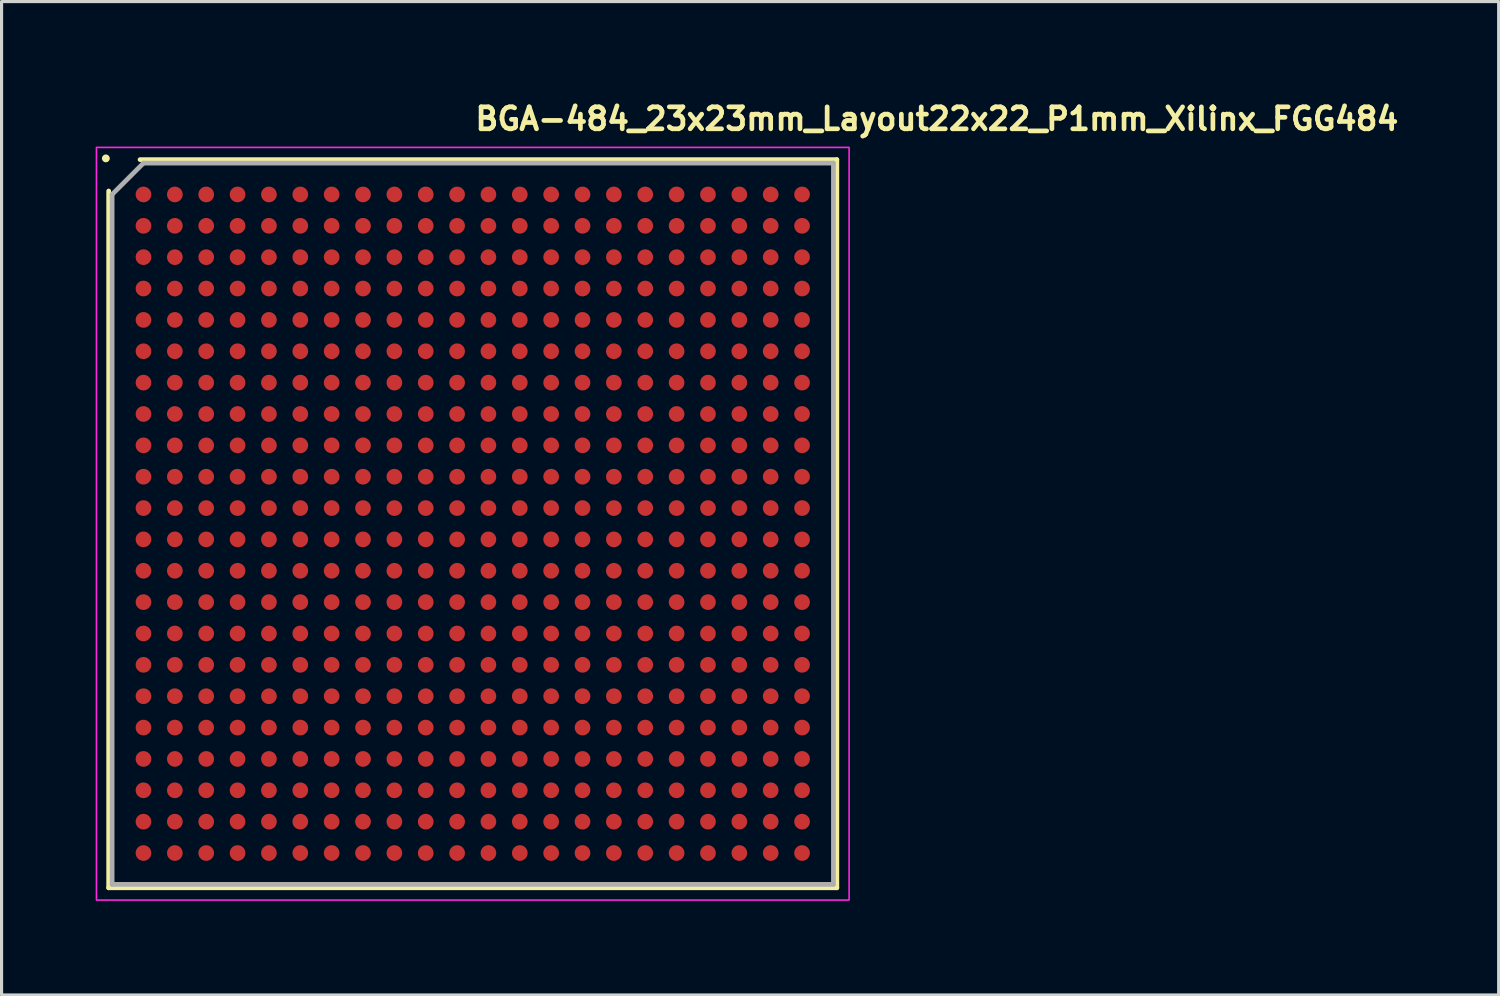
<source format=kicad_pcb>
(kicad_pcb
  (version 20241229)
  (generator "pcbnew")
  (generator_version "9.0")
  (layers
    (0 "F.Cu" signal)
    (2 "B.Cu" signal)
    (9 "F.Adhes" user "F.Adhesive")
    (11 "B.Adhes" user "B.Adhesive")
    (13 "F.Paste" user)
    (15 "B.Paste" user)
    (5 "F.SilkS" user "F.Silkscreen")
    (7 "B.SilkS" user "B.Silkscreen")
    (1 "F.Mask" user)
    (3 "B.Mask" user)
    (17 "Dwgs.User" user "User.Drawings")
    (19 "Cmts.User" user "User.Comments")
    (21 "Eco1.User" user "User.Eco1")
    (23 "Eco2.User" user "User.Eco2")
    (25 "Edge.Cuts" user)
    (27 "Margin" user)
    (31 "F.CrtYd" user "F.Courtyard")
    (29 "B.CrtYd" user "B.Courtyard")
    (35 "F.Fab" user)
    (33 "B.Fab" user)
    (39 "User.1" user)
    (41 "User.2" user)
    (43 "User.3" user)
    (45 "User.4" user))
  (footprint "BGA-484_23x23mm_Layout22x22_P1mm_Xilinx_FGG484"
    (layer "F.Cu")
    (at 12.025 13.65)
    (property "Reference" "BGA-484_23x23mm_Layout22x22_P1mm_Xilinx_FGG484" (at 0 -12.5 0) (layer "F.SilkS") (effects (font (size 0.7 0.7) (thickness 0.15)) (justify left bottom)))
    (attr smd)
    (fp_line (start -11.61 11.608) (end -11.61 -10.61) (stroke (width 0.15) (type solid)) (layer "F.SilkS"))
    (fp_line (start -10.61 -11.61) (end 11.608 -11.61) (stroke (width 0.15) (type solid)) (layer "F.SilkS"))
    (fp_line (start 11.608 -11.61) (end 11.608 11.608) (stroke (width 0.15) (type solid)) (layer "F.SilkS"))
    (fp_line (start 11.608 11.608) (end -11.61 11.608) (stroke (width 0.15) (type solid)) (layer "F.SilkS"))
    (fp_circle (center -11.7 -11.65) (end -11.65 -11.65) (stroke (width 0.15) (type solid)) (fill yes) (layer "F.SilkS"))
    (fp_rect (start -12 -12) (end 11.999 11.999) (stroke (width 0.05) (type solid)) (fill no) (layer "F.CrtYd"))
    (fp_line (start -11.5 -10.5) (end -10.5 -11.5) (stroke (width 0.15) (type solid)) (layer "F.Fab"))
    (fp_line (start -11.5 11.499) (end -11.5 -10.5) (stroke (width 0.15) (type solid)) (layer "F.Fab"))
    (fp_line (start -10.5 -11.5) (end 11.499 -11.5) (stroke (width 0.15) (type solid)) (layer "F.Fab"))
    (fp_line (start 11.499 -11.5) (end 11.499 11.499) (stroke (width 0.15) (type solid)) (layer "F.Fab"))
    (fp_line (start 11.499 11.499) (end -11.5 11.499) (stroke (width 0.15) (type solid)) (layer "F.Fab"))
    (fp_rect (start -11 -11) (end 10.999 10.999) (stroke (width 0.1) (type solid)) (fill no) (layer "User.5"))
    (fp_line (start -11 -10.951) (end -10.951 -11) (stroke (width 0.02) (type solid)) (layer "User.9"))
    (fp_line (start -11 10.749) (end -11 -10.951) (stroke (width 0.02) (type solid)) (layer "User.9"))
    (fp_line (start -10.951 -11) (end 10.749 -11) (stroke (width 0.02) (type solid)) (layer "User.9"))
    (fp_line (start -10.75 10.999) (end -11 10.749) (stroke (width 0.02) (type solid)) (layer "User.9"))
    (fp_line (start -10.25 -9.5) (end -9.894 -9.144) (stroke (width 0.02) (type solid)) (layer "User.9"))
    (fp_line (start -10.25 -9.5) (end -9.5 -10.25) (stroke (width 0.02) (type solid)) (layer "User.9"))
    (fp_line (start -10.25 9.499) (end -10.25 -9.5) (stroke (width 0.02) (type solid)) (layer "User.9"))
    (fp_line (start -10.25 9.499) (end -9.894 9.143) (stroke (width 0.02) (type solid)) (layer "User.9"))
    (fp_line (start -9.894 -9.144) (end -9.144 -9.894) (stroke (width 0.02) (type solid)) (layer "User.9"))
    (fp_line (start -9.894 9.143) (end -9.894 -9.144) (stroke (width 0.02) (type solid)) (layer "User.9"))
    (fp_line (start -9.5 -10.25) (end -9.144 -9.894) (stroke (width 0.02) (type solid)) (layer "User.9"))
    (fp_line (start -9.5 -10.25) (end 9.499 -10.25) (stroke (width 0.02) (type solid)) (layer "User.9"))
    (fp_line (start -9.5 10.249) (end -10.25 9.499) (stroke (width 0.02) (type solid)) (layer "User.9"))
    (fp_line (start -9.5 10.249) (end -9.144 9.893) (stroke (width 0.02) (type solid)) (layer "User.9"))
    (fp_line (start -9.164 -8.785) (end -9.164 -8.764) (stroke (width 0.02) (type solid)) (layer "User.9"))
    (fp_line (start -9.164 -8.764) (end -9.164 -8.764) (stroke (width 0.02) (type solid)) (layer "User.9"))
    (fp_line (start -9.164 -8.764) (end -9.164 -8.744) (stroke (width 0.02) (type solid)) (layer "User.9"))
    (fp_line (start -9.164 -8.744) (end -9.163 -8.724) (stroke (width 0.02) (type solid)) (layer "User.9"))
    (fp_line (start -9.163 -8.805) (end -9.164 -8.785) (stroke (width 0.02) (type solid)) (layer "User.9"))
    (fp_line (start -9.163 -8.724) (end -9.16 -8.703) (stroke (width 0.02) (type solid)) (layer "User.9"))
    (fp_line (start -9.16 -8.826) (end -9.163 -8.805) (stroke (width 0.02) (type solid)) (layer "User.9"))
    (fp_line (start -9.16 -8.703) (end -9.157 -8.685) (stroke (width 0.02) (type solid)) (layer "User.9"))
    (fp_line (start -9.157 -8.846) (end -9.16 -8.826) (stroke (width 0.02) (type solid)) (layer "User.9"))
    (fp_line (start -9.157 -8.685) (end -9.153 -8.664) (stroke (width 0.02) (type solid)) (layer "User.9"))
    (fp_line (start -9.153 -8.865) (end -9.157 -8.846) (stroke (width 0.02) (type solid)) (layer "User.9"))
    (fp_line (start -9.153 -8.664) (end -9.147 -8.645) (stroke (width 0.02) (type solid)) (layer "User.9"))
    (fp_line (start -9.147 -8.884) (end -9.153 -8.865) (stroke (width 0.02) (type solid)) (layer "User.9"))
    (fp_line (start -9.147 -8.645) (end -9.141 -8.628) (stroke (width 0.02) (type solid)) (layer "User.9"))
    (fp_line (start -9.144 -9.894) (end 9.143 -9.894) (stroke (width 0.02) (type solid)) (layer "User.9"))
    (fp_line (start -9.144 9.893) (end -9.894 9.143) (stroke (width 0.02) (type solid)) (layer "User.9"))
    (fp_line (start -9.141 -8.903) (end -9.147 -8.884) (stroke (width 0.02) (type solid)) (layer "User.9"))
    (fp_line (start -9.141 -8.628) (end -9.134 -8.609) (stroke (width 0.02) (type solid)) (layer "User.9"))
    (fp_line (start -9.134 -8.92) (end -9.141 -8.903) (stroke (width 0.02) (type solid)) (layer "User.9"))
    (fp_line (start -9.134 -8.609) (end -9.125 -8.591) (stroke (width 0.02) (type solid)) (layer "User.9"))
    (fp_line (start -9.125 -8.939) (end -9.134 -8.92) (stroke (width 0.02) (type solid)) (layer "User.9"))
    (fp_line (start -9.125 -8.591) (end -9.116 -8.574) (stroke (width 0.02) (type solid)) (layer "User.9"))
    (fp_line (start -9.116 -8.955) (end -9.125 -8.939) (stroke (width 0.02) (type solid)) (layer "User.9"))
    (fp_line (start -9.116 -8.574) (end -9.106 -8.558) (stroke (width 0.02) (type solid)) (layer "User.9"))
    (fp_line (start -9.106 -8.972) (end -9.116 -8.955) (stroke (width 0.02) (type solid)) (layer "User.9"))
    (fp_line (start -9.106 -8.558) (end -9.096 -8.542) (stroke (width 0.02) (type solid)) (layer "User.9"))
    (fp_line (start -9.096 -8.988) (end -9.106 -8.972) (stroke (width 0.02) (type solid)) (layer "User.9"))
    (fp_line (start -9.096 -8.542) (end -9.086 -8.526) (stroke (width 0.02) (type solid)) (layer "User.9"))
    (fp_line (start -9.086 -9.004) (end -9.096 -8.988) (stroke (width 0.02) (type solid)) (layer "User.9"))
    (fp_line (start -9.086 -8.526) (end -9.074 -8.51) (stroke (width 0.02) (type solid)) (layer "User.9"))
    (fp_line (start -9.074 -9.019) (end -9.086 -9.004) (stroke (width 0.02) (type solid)) (layer "User.9"))
    (fp_line (start -9.074 -8.51) (end -9.061 -8.496) (stroke (width 0.02) (type solid)) (layer "User.9"))
    (fp_line (start -9.061 -9.033) (end -9.074 -9.019) (stroke (width 0.02) (type solid)) (layer "User.9"))
    (fp_line (start -9.061 -8.496) (end -9.048 -8.481) (stroke (width 0.02) (type solid)) (layer "User.9"))
    (fp_line (start -9.048 -9.048) (end -9.061 -9.033) (stroke (width 0.02) (type solid)) (layer "User.9"))
    (fp_line (start -9.048 -8.481) (end -9.033 -8.468) (stroke (width 0.02) (type solid)) (layer "User.9"))
    (fp_line (start -9.033 -9.061) (end -9.048 -9.048) (stroke (width 0.02) (type solid)) (layer "User.9"))
    (fp_line (start -9.033 -8.468) (end -9.019 -8.456) (stroke (width 0.02) (type solid)) (layer "User.9"))
    (fp_line (start -9.019 -9.074) (end -9.033 -9.061) (stroke (width 0.02) (type solid)) (layer "User.9"))
    (fp_line (start -9.019 -8.456) (end -9.004 -8.445) (stroke (width 0.02) (type solid)) (layer "User.9"))
    (fp_line (start -9.004 -9.086) (end -9.019 -9.074) (stroke (width 0.02) (type solid)) (layer "User.9"))
    (fp_line (start -9.004 -8.445) (end -8.988 -8.433) (stroke (width 0.02) (type solid)) (layer "User.9"))
    (fp_line (start -8.988 -9.096) (end -9.004 -9.086) (stroke (width 0.02) (type solid)) (layer "User.9"))
    (fp_line (start -8.988 -8.433) (end -8.972 -8.423) (stroke (width 0.02) (type solid)) (layer "User.9"))
    (fp_line (start -8.972 -9.106) (end -8.988 -9.096) (stroke (width 0.02) (type solid)) (layer "User.9"))
    (fp_line (start -8.972 -8.423) (end -8.955 -8.414) (stroke (width 0.02) (type solid)) (layer "User.9"))
    (fp_line (start -8.955 -9.116) (end -8.972 -9.106) (stroke (width 0.02) (type solid)) (layer "User.9"))
    (fp_line (start -8.955 -8.414) (end -8.939 -8.404) (stroke (width 0.02) (type solid)) (layer "User.9"))
    (fp_line (start -8.939 -9.125) (end -8.955 -9.116) (stroke (width 0.02) (type solid)) (layer "User.9"))
    (fp_line (start -8.939 -8.404) (end -8.92 -8.397) (stroke (width 0.02) (type solid)) (layer "User.9"))
    (fp_line (start -8.92 -9.134) (end -8.939 -9.125) (stroke (width 0.02) (type solid)) (layer "User.9"))
    (fp_line (start -8.92 -8.397) (end -8.903 -8.389) (stroke (width 0.02) (type solid)) (layer "User.9"))
    (fp_line (start -8.903 -9.141) (end -8.92 -9.134) (stroke (width 0.02) (type solid)) (layer "User.9"))
    (fp_line (start -8.903 -8.389) (end -8.884 -8.382) (stroke (width 0.02) (type solid)) (layer "User.9"))
    (fp_line (start -8.884 -9.147) (end -8.903 -9.141) (stroke (width 0.02) (type solid)) (layer "User.9"))
    (fp_line (start -8.884 -8.382) (end -8.865 -8.378) (stroke (width 0.02) (type solid)) (layer "User.9"))
    (fp_line (start -8.865 -9.153) (end -8.884 -9.147) (stroke (width 0.02) (type solid)) (layer "User.9"))
    (fp_line (start -8.865 -8.378) (end -8.846 -8.372) (stroke (width 0.02) (type solid)) (layer "User.9"))
    (fp_line (start -8.846 -9.157) (end -8.865 -9.153) (stroke (width 0.02) (type solid)) (layer "User.9"))
    (fp_line (start -8.846 -8.372) (end -8.826 -8.369) (stroke (width 0.02) (type solid)) (layer "User.9"))
    (fp_line (start -8.826 -9.16) (end -8.846 -9.157) (stroke (width 0.02) (type solid)) (layer "User.9"))
    (fp_line (start -8.826 -8.369) (end -8.805 -8.366) (stroke (width 0.02) (type solid)) (layer "User.9"))
    (fp_line (start -8.805 -9.163) (end -8.826 -9.16) (stroke (width 0.02) (type solid)) (layer "User.9"))
    (fp_line (start -8.805 -8.366) (end -8.785 -8.366) (stroke (width 0.02) (type solid)) (layer "User.9"))
    (fp_line (start -8.785 -9.164) (end -8.805 -9.163) (stroke (width 0.02) (type solid)) (layer "User.9"))
    (fp_line (start -8.785 -8.366) (end -8.764 -8.365) (stroke (width 0.02) (type solid)) (layer "User.9"))
    (fp_line (start -8.764 -9.164) (end -8.785 -9.164) (stroke (width 0.02) (type solid)) (layer "User.9"))
    (fp_line (start -8.764 -9.164) (end -8.764 -9.164) (stroke (width 0.02) (type solid)) (layer "User.9"))
    (fp_line (start -8.764 -8.365) (end -8.764 -8.365) (stroke (width 0.02) (type solid)) (layer "User.9"))
    (fp_line (start -8.764 -8.365) (end -8.744 -8.366) (stroke (width 0.02) (type solid)) (layer "User.9"))
    (fp_line (start -8.744 -9.164) (end -8.764 -9.164) (stroke (width 0.02) (type solid)) (layer "User.9"))
    (fp_line (start -8.744 -8.366) (end -8.724 -8.366) (stroke (width 0.02) (type solid)) (layer "User.9"))
    (fp_line (start -8.724 -9.163) (end -8.744 -9.164) (stroke (width 0.02) (type solid)) (layer "User.9"))
    (fp_line (start -8.724 -8.366) (end -8.703 -8.369) (stroke (width 0.02) (type solid)) (layer "User.9"))
    (fp_line (start -8.703 -9.16) (end -8.724 -9.163) (stroke (width 0.02) (type solid)) (layer "User.9"))
    (fp_line (start -8.703 -8.369) (end -8.685 -8.372) (stroke (width 0.02) (type solid)) (layer "User.9"))
    (fp_line (start -8.685 -9.157) (end -8.703 -9.16) (stroke (width 0.02) (type solid)) (layer "User.9"))
    (fp_line (start -8.685 -8.372) (end -8.664 -8.378) (stroke (width 0.02) (type solid)) (layer "User.9"))
    (fp_line (start -8.664 -9.153) (end -8.685 -9.157) (stroke (width 0.02) (type solid)) (layer "User.9"))
    (fp_line (start -8.664 -8.378) (end -8.645 -8.382) (stroke (width 0.02) (type solid)) (layer "User.9"))
    (fp_line (start -8.645 -9.147) (end -8.664 -9.153) (stroke (width 0.02) (type solid)) (layer "User.9"))
    (fp_line (start -8.645 -8.382) (end -8.628 -8.389) (stroke (width 0.02) (type solid)) (layer "User.9"))
    (fp_line (start -8.628 -9.141) (end -8.645 -9.147) (stroke (width 0.02) (type solid)) (layer "User.9"))
    (fp_line (start -8.628 -8.389) (end -8.609 -8.397) (stroke (width 0.02) (type solid)) (layer "User.9"))
    (fp_line (start -8.609 -9.134) (end -8.628 -9.141) (stroke (width 0.02) (type solid)) (layer "User.9"))
    (fp_line (start -8.609 -8.397) (end -8.591 -8.404) (stroke (width 0.02) (type solid)) (layer "User.9"))
    (fp_line (start -8.591 -9.125) (end -8.609 -9.134) (stroke (width 0.02) (type solid)) (layer "User.9"))
    (fp_line (start -8.591 -8.404) (end -8.574 -8.414) (stroke (width 0.02) (type solid)) (layer "User.9"))
    (fp_line (start -8.574 -9.116) (end -8.591 -9.125) (stroke (width 0.02) (type solid)) (layer "User.9"))
    (fp_line (start -8.574 -8.414) (end -8.558 -8.423) (stroke (width 0.02) (type solid)) (layer "User.9"))
    (fp_line (start -8.558 -9.106) (end -8.574 -9.116) (stroke (width 0.02) (type solid)) (layer "User.9"))
    (fp_line (start -8.558 -8.423) (end -8.542 -8.433) (stroke (width 0.02) (type solid)) (layer "User.9"))
    (fp_line (start -8.542 -9.096) (end -8.558 -9.106) (stroke (width 0.02) (type solid)) (layer "User.9"))
    (fp_line (start -8.542 -8.433) (end -8.526 -8.445) (stroke (width 0.02) (type solid)) (layer "User.9"))
    (fp_line (start -8.526 -9.086) (end -8.542 -9.096) (stroke (width 0.02) (type solid)) (layer "User.9"))
    (fp_line (start -8.526 -8.445) (end -8.51 -8.456) (stroke (width 0.02) (type solid)) (layer "User.9"))
    (fp_line (start -8.51 -9.074) (end -8.526 -9.086) (stroke (width 0.02) (type solid)) (layer "User.9"))
    (fp_line (start -8.51 -8.456) (end -8.496 -8.468) (stroke (width 0.02) (type solid)) (layer "User.9"))
    (fp_line (start -8.496 -9.061) (end -8.51 -9.074) (stroke (width 0.02) (type solid)) (layer "User.9"))
    (fp_line (start -8.496 -8.468) (end -8.481 -8.481) (stroke (width 0.02) (type solid)) (layer "User.9"))
    (fp_line (start -8.481 -9.048) (end -8.496 -9.061) (stroke (width 0.02) (type solid)) (layer "User.9"))
    (fp_line (start -8.481 -8.481) (end -8.468 -8.496) (stroke (width 0.02) (type solid)) (layer "User.9"))
    (fp_line (start -8.468 -9.033) (end -8.481 -9.048) (stroke (width 0.02) (type solid)) (layer "User.9"))
    (fp_line (start -8.468 -8.496) (end -8.456 -8.51) (stroke (width 0.02) (type solid)) (layer "User.9"))
    (fp_line (start -8.456 -9.019) (end -8.468 -9.033) (stroke (width 0.02) (type solid)) (layer "User.9"))
    (fp_line (start -8.456 -8.51) (end -8.445 -8.526) (stroke (width 0.02) (type solid)) (layer "User.9"))
    (fp_line (start -8.445 -9.004) (end -8.456 -9.019) (stroke (width 0.02) (type solid)) (layer "User.9"))
    (fp_line (start -8.445 -8.526) (end -8.433 -8.542) (stroke (width 0.02) (type solid)) (layer "User.9"))
    (fp_line (start -8.433 -8.988) (end -8.445 -9.004) (stroke (width 0.02) (type solid)) (layer "User.9"))
    (fp_line (start -8.433 -8.542) (end -8.423 -8.558) (stroke (width 0.02) (type solid)) (layer "User.9"))
    (fp_line (start -8.423 -8.972) (end -8.433 -8.988) (stroke (width 0.02) (type solid)) (layer "User.9"))
    (fp_line (start -8.423 -8.558) (end -8.414 -8.574) (stroke (width 0.02) (type solid)) (layer "User.9"))
    (fp_line (start -8.414 -8.955) (end -8.423 -8.972) (stroke (width 0.02) (type solid)) (layer "User.9"))
    (fp_line (start -8.414 -8.574) (end -8.404 -8.591) (stroke (width 0.02) (type solid)) (layer "User.9"))
    (fp_line (start -8.404 -8.939) (end -8.414 -8.955) (stroke (width 0.02) (type solid)) (layer "User.9"))
    (fp_line (start -8.404 -8.591) (end -8.397 -8.609) (stroke (width 0.02) (type solid)) (layer "User.9"))
    (fp_line (start -8.397 -8.92) (end -8.404 -8.939) (stroke (width 0.02) (type solid)) (layer "User.9"))
    (fp_line (start -8.397 -8.609) (end -8.389 -8.628) (stroke (width 0.02) (type solid)) (layer "User.9"))
    (fp_line (start -8.389 -8.903) (end -8.397 -8.92) (stroke (width 0.02) (type solid)) (layer "User.9"))
    (fp_line (start -8.389 -8.628) (end -8.382 -8.645) (stroke (width 0.02) (type solid)) (layer "User.9"))
    (fp_line (start -8.382 -8.884) (end -8.389 -8.903) (stroke (width 0.02) (type solid)) (layer "User.9"))
    (fp_line (start -8.382 -8.645) (end -8.378 -8.664) (stroke (width 0.02) (type solid)) (layer "User.9"))
    (fp_line (start -8.378 -8.865) (end -8.382 -8.884) (stroke (width 0.02) (type solid)) (layer "User.9"))
    (fp_line (start -8.378 -8.664) (end -8.372 -8.685) (stroke (width 0.02) (type solid)) (layer "User.9"))
    (fp_line (start -8.372 -8.846) (end -8.378 -8.865) (stroke (width 0.02) (type solid)) (layer "User.9"))
    (fp_line (start -8.372 -8.685) (end -8.369 -8.703) (stroke (width 0.02) (type solid)) (layer "User.9"))
    (fp_line (start -8.369 -8.826) (end -8.372 -8.846) (stroke (width 0.02) (type solid)) (layer "User.9"))
    (fp_line (start -8.369 -8.703) (end -8.366 -8.724) (stroke (width 0.02) (type solid)) (layer "User.9"))
    (fp_line (start -8.366 -8.805) (end -8.369 -8.826) (stroke (width 0.02) (type solid)) (layer "User.9"))
    (fp_line (start -8.366 -8.785) (end -8.366 -8.805) (stroke (width 0.02) (type solid)) (layer "User.9"))
    (fp_line (start -8.366 -8.744) (end -8.365 -8.764) (stroke (width 0.02) (type solid)) (layer "User.9"))
    (fp_line (start -8.366 -8.724) (end -8.366 -8.744) (stroke (width 0.02) (type solid)) (layer "User.9"))
    (fp_line (start -8.365 -8.764) (end -8.366 -8.785) (stroke (width 0.02) (type solid)) (layer "User.9"))
    (fp_line (start -8.365 -8.764) (end -8.365 -8.764) (stroke (width 0.02) (type solid)) (layer "User.9"))
    (fp_line (start -8.365 -8.764) (end -8.365 -8.764) (stroke (width 0.02) (type solid)) (layer "User.9"))
    (fp_line (start 9.143 -9.894) (end 9.893 -9.144) (stroke (width 0.02) (type solid)) (layer "User.9"))
    (fp_line (start 9.143 9.893) (end -9.144 9.893) (stroke (width 0.02) (type solid)) (layer "User.9"))
    (fp_line (start 9.499 -10.25) (end 9.143 -9.894) (stroke (width 0.02) (type solid)) (layer "User.9"))
    (fp_line (start 9.499 -10.25) (end 10.249 -9.5) (stroke (width 0.02) (type solid)) (layer "User.9"))
    (fp_line (start 9.499 10.249) (end -9.5 10.249) (stroke (width 0.02) (type solid)) (layer "User.9"))
    (fp_line (start 9.499 10.249) (end 9.143 9.893) (stroke (width 0.02) (type solid)) (layer "User.9"))
    (fp_line (start 9.893 -9.144) (end 9.893 9.143) (stroke (width 0.02) (type solid)) (layer "User.9"))
    (fp_line (start 9.893 9.143) (end 9.143 9.893) (stroke (width 0.02) (type solid)) (layer "User.9"))
    (fp_line (start 10.249 -9.5) (end 9.893 -9.144) (stroke (width 0.02) (type solid)) (layer "User.9"))
    (fp_line (start 10.249 -9.5) (end 10.249 9.499) (stroke (width 0.02) (type solid)) (layer "User.9"))
    (fp_line (start 10.249 9.499) (end 9.499 10.249) (stroke (width 0.02) (type solid)) (layer "User.9"))
    (fp_line (start 10.249 9.499) (end 9.893 9.143) (stroke (width 0.02) (type solid)) (layer "User.9"))
    (fp_line (start 10.749 -11) (end 10.999 -10.75) (stroke (width 0.02) (type solid)) (layer "User.9"))
    (fp_line (start 10.749 10.999) (end -10.75 10.999) (stroke (width 0.02) (type solid)) (layer "User.9"))
    (fp_line (start 10.999 -10.75) (end 10.999 10.749) (stroke (width 0.02) (type solid)) (layer "User.9"))
    (fp_line (start 10.999 10.749) (end 10.749 10.999) (stroke (width 0.02) (type solid)) (layer "User.9"))
    (pad "A1" smd circle (at -10.5 -10.5) (size 0.5 0.5) (layers "F.Cu" "F.Mask" "F.Paste"))
    (pad "A2" smd circle (at -9.5 -10.5) (size 0.5 0.5) (layers "F.Cu" "F.Mask" "F.Paste"))
    (pad "A3" smd circle (at -8.5 -10.5) (size 0.5 0.5) (layers "F.Cu" "F.Mask" "F.Paste"))
    (pad "A4" smd circle (at -7.5 -10.5) (size 0.5 0.5) (layers "F.Cu" "F.Mask" "F.Paste"))
    (pad "A5" smd circle (at -6.5 -10.5) (size 0.5 0.5) (layers "F.Cu" "F.Mask" "F.Paste"))
    (pad "A6" smd circle (at -5.5 -10.5) (size 0.5 0.5) (layers "F.Cu" "F.Mask" "F.Paste"))
    (pad "A7" smd circle (at -4.5 -10.5) (size 0.5 0.5) (layers "F.Cu" "F.Mask" "F.Paste"))
    (pad "A8" smd circle (at -3.5 -10.5) (size 0.5 0.5) (layers "F.Cu" "F.Mask" "F.Paste"))
    (pad "A9" smd circle (at -2.5 -10.5) (size 0.5 0.5) (layers "F.Cu" "F.Mask" "F.Paste"))
    (pad "A10" smd circle (at -1.5 -10.5) (size 0.5 0.5) (layers "F.Cu" "F.Mask" "F.Paste"))
    (pad "A11" smd circle (at -0.5 -10.5) (size 0.5 0.5) (layers "F.Cu" "F.Mask" "F.Paste"))
    (pad "A12" smd circle (at 0.498 -10.5) (size 0.5 0.5) (layers "F.Cu" "F.Mask" "F.Paste"))
    (pad "A13" smd circle (at 1.499 -10.5) (size 0.5 0.5) (layers "F.Cu" "F.Mask" "F.Paste"))
    (pad "A14" smd circle (at 2.499 -10.5) (size 0.5 0.5) (layers "F.Cu" "F.Mask" "F.Paste"))
    (pad "A15" smd circle (at 3.499 -10.5) (size 0.5 0.5) (layers "F.Cu" "F.Mask" "F.Paste"))
    (pad "A16" smd circle (at 4.498 -10.5) (size 0.5 0.5) (layers "F.Cu" "F.Mask" "F.Paste"))
    (pad "A17" smd circle (at 5.499 -10.5) (size 0.5 0.5) (layers "F.Cu" "F.Mask" "F.Paste"))
    (pad "A18" smd circle (at 6.499 -10.5) (size 0.5 0.5) (layers "F.Cu" "F.Mask" "F.Paste"))
    (pad "A19" smd circle (at 7.499 -10.5) (size 0.5 0.5) (layers "F.Cu" "F.Mask" "F.Paste"))
    (pad "A20" smd circle (at 8.499 -10.5) (size 0.5 0.5) (layers "F.Cu" "F.Mask" "F.Paste"))
    (pad "A21" smd circle (at 9.499 -10.5) (size 0.5 0.5) (layers "F.Cu" "F.Mask" "F.Paste"))
    (pad "A22" smd circle (at 10.499 -10.5) (size 0.5 0.5) (layers "F.Cu" "F.Mask" "F.Paste"))
    (pad "AA1" smd circle (at -10.5 9.499) (size 0.5 0.5) (layers "F.Cu" "F.Mask" "F.Paste"))
    (pad "AA2" smd circle (at -9.5 9.499) (size 0.5 0.5) (layers "F.Cu" "F.Mask" "F.Paste"))
    (pad "AA3" smd circle (at -8.5 9.499) (size 0.5 0.5) (layers "F.Cu" "F.Mask" "F.Paste"))
    (pad "AA4" smd circle (at -7.5 9.499) (size 0.5 0.5) (layers "F.Cu" "F.Mask" "F.Paste"))
    (pad "AA5" smd circle (at -6.5 9.499) (size 0.5 0.5) (layers "F.Cu" "F.Mask" "F.Paste"))
    (pad "AA6" smd circle (at -5.5 9.499) (size 0.5 0.5) (layers "F.Cu" "F.Mask" "F.Paste"))
    (pad "AA7" smd circle (at -4.5 9.499) (size 0.5 0.5) (layers "F.Cu" "F.Mask" "F.Paste"))
    (pad "AA8" smd circle (at -3.5 9.499) (size 0.5 0.5) (layers "F.Cu" "F.Mask" "F.Paste"))
    (pad "AA9" smd circle (at -2.5 9.499) (size 0.5 0.5) (layers "F.Cu" "F.Mask" "F.Paste"))
    (pad "AA10" smd circle (at -1.5 9.499) (size 0.5 0.5) (layers "F.Cu" "F.Mask" "F.Paste"))
    (pad "AA11" smd circle (at -0.5 9.499) (size 0.5 0.5) (layers "F.Cu" "F.Mask" "F.Paste"))
    (pad "AA12" smd circle (at 0.498 9.499) (size 0.5 0.5) (layers "F.Cu" "F.Mask" "F.Paste"))
    (pad "AA13" smd circle (at 1.499 9.499) (size 0.5 0.5) (layers "F.Cu" "F.Mask" "F.Paste"))
    (pad "AA14" smd circle (at 2.499 9.499) (size 0.5 0.5) (layers "F.Cu" "F.Mask" "F.Paste"))
    (pad "AA15" smd circle (at 3.499 9.499) (size 0.5 0.5) (layers "F.Cu" "F.Mask" "F.Paste"))
    (pad "AA16" smd circle (at 4.498 9.499) (size 0.5 0.5) (layers "F.Cu" "F.Mask" "F.Paste"))
    (pad "AA17" smd circle (at 5.499 9.499) (size 0.5 0.5) (layers "F.Cu" "F.Mask" "F.Paste"))
    (pad "AA18" smd circle (at 6.499 9.499) (size 0.5 0.5) (layers "F.Cu" "F.Mask" "F.Paste"))
    (pad "AA19" smd circle (at 7.499 9.499) (size 0.5 0.5) (layers "F.Cu" "F.Mask" "F.Paste"))
    (pad "AA20" smd circle (at 8.499 9.499) (size 0.5 0.5) (layers "F.Cu" "F.Mask" "F.Paste"))
    (pad "AA21" smd circle (at 9.499 9.499) (size 0.5 0.5) (layers "F.Cu" "F.Mask" "F.Paste"))
    (pad "AA22" smd circle (at 10.499 9.499) (size 0.5 0.5) (layers "F.Cu" "F.Mask" "F.Paste"))
    (pad "AB1" smd circle (at -10.5 10.499) (size 0.5 0.5) (layers "F.Cu" "F.Mask" "F.Paste"))
    (pad "AB2" smd circle (at -9.5 10.499) (size 0.5 0.5) (layers "F.Cu" "F.Mask" "F.Paste"))
    (pad "AB3" smd circle (at -8.5 10.499) (size 0.5 0.5) (layers "F.Cu" "F.Mask" "F.Paste"))
    (pad "AB4" smd circle (at -7.5 10.499) (size 0.5 0.5) (layers "F.Cu" "F.Mask" "F.Paste"))
    (pad "AB5" smd circle (at -6.5 10.499) (size 0.5 0.5) (layers "F.Cu" "F.Mask" "F.Paste"))
    (pad "AB6" smd circle (at -5.5 10.499) (size 0.5 0.5) (layers "F.Cu" "F.Mask" "F.Paste"))
    (pad "AB7" smd circle (at -4.5 10.499) (size 0.5 0.5) (layers "F.Cu" "F.Mask" "F.Paste"))
    (pad "AB8" smd circle (at -3.5 10.499) (size 0.5 0.5) (layers "F.Cu" "F.Mask" "F.Paste"))
    (pad "AB9" smd circle (at -2.5 10.499) (size 0.5 0.5) (layers "F.Cu" "F.Mask" "F.Paste"))
    (pad "AB10" smd circle (at -1.5 10.499) (size 0.5 0.5) (layers "F.Cu" "F.Mask" "F.Paste"))
    (pad "AB11" smd circle (at -0.5 10.499) (size 0.5 0.5) (layers "F.Cu" "F.Mask" "F.Paste"))
    (pad "AB12" smd circle (at 0.498 10.499) (size 0.5 0.5) (layers "F.Cu" "F.Mask" "F.Paste"))
    (pad "AB13" smd circle (at 1.499 10.499) (size 0.5 0.5) (layers "F.Cu" "F.Mask" "F.Paste"))
    (pad "AB14" smd circle (at 2.499 10.499) (size 0.5 0.5) (layers "F.Cu" "F.Mask" "F.Paste"))
    (pad "AB15" smd circle (at 3.499 10.499) (size 0.5 0.5) (layers "F.Cu" "F.Mask" "F.Paste"))
    (pad "AB16" smd circle (at 4.498 10.499) (size 0.5 0.5) (layers "F.Cu" "F.Mask" "F.Paste"))
    (pad "AB17" smd circle (at 5.499 10.499) (size 0.5 0.5) (layers "F.Cu" "F.Mask" "F.Paste"))
    (pad "AB18" smd circle (at 6.499 10.499) (size 0.5 0.5) (layers "F.Cu" "F.Mask" "F.Paste"))
    (pad "AB19" smd circle (at 7.499 10.499) (size 0.5 0.5) (layers "F.Cu" "F.Mask" "F.Paste"))
    (pad "AB20" smd circle (at 8.499 10.499) (size 0.5 0.5) (layers "F.Cu" "F.Mask" "F.Paste"))
    (pad "AB21" smd circle (at 9.499 10.499) (size 0.5 0.5) (layers "F.Cu" "F.Mask" "F.Paste"))
    (pad "AB22" smd circle (at 10.499 10.499) (size 0.5 0.5) (layers "F.Cu" "F.Mask" "F.Paste"))
    (pad "B1" smd circle (at -10.5 -9.5) (size 0.5 0.5) (layers "F.Cu" "F.Mask" "F.Paste"))
    (pad "B2" smd circle (at -9.5 -9.5) (size 0.5 0.5) (layers "F.Cu" "F.Mask" "F.Paste"))
    (pad "B3" smd circle (at -8.5 -9.5) (size 0.5 0.5) (layers "F.Cu" "F.Mask" "F.Paste"))
    (pad "B4" smd circle (at -7.5 -9.5) (size 0.5 0.5) (layers "F.Cu" "F.Mask" "F.Paste"))
    (pad "B5" smd circle (at -6.5 -9.5) (size 0.5 0.5) (layers "F.Cu" "F.Mask" "F.Paste"))
    (pad "B6" smd circle (at -5.5 -9.5) (size 0.5 0.5) (layers "F.Cu" "F.Mask" "F.Paste"))
    (pad "B7" smd circle (at -4.5 -9.5) (size 0.5 0.5) (layers "F.Cu" "F.Mask" "F.Paste"))
    (pad "B8" smd circle (at -3.5 -9.5) (size 0.5 0.5) (layers "F.Cu" "F.Mask" "F.Paste"))
    (pad "B9" smd circle (at -2.5 -9.5) (size 0.5 0.5) (layers "F.Cu" "F.Mask" "F.Paste"))
    (pad "B10" smd circle (at -1.5 -9.5) (size 0.5 0.5) (layers "F.Cu" "F.Mask" "F.Paste"))
    (pad "B11" smd circle (at -0.5 -9.5) (size 0.5 0.5) (layers "F.Cu" "F.Mask" "F.Paste"))
    (pad "B12" smd circle (at 0.498 -9.5) (size 0.5 0.5) (layers "F.Cu" "F.Mask" "F.Paste"))
    (pad "B13" smd circle (at 1.499 -9.5) (size 0.5 0.5) (layers "F.Cu" "F.Mask" "F.Paste"))
    (pad "B14" smd circle (at 2.499 -9.5) (size 0.5 0.5) (layers "F.Cu" "F.Mask" "F.Paste"))
    (pad "B15" smd circle (at 3.499 -9.5) (size 0.5 0.5) (layers "F.Cu" "F.Mask" "F.Paste"))
    (pad "B16" smd circle (at 4.498 -9.5) (size 0.5 0.5) (layers "F.Cu" "F.Mask" "F.Paste"))
    (pad "B17" smd circle (at 5.499 -9.5) (size 0.5 0.5) (layers "F.Cu" "F.Mask" "F.Paste"))
    (pad "B18" smd circle (at 6.499 -9.5) (size 0.5 0.5) (layers "F.Cu" "F.Mask" "F.Paste"))
    (pad "B19" smd circle (at 7.499 -9.5) (size 0.5 0.5) (layers "F.Cu" "F.Mask" "F.Paste"))
    (pad "B20" smd circle (at 8.499 -9.5) (size 0.5 0.5) (layers "F.Cu" "F.Mask" "F.Paste"))
    (pad "B21" smd circle (at 9.499 -9.5) (size 0.5 0.5) (layers "F.Cu" "F.Mask" "F.Paste"))
    (pad "B22" smd circle (at 10.499 -9.5) (size 0.5 0.5) (layers "F.Cu" "F.Mask" "F.Paste"))
    (pad "C1" smd circle (at -10.5 -8.5) (size 0.5 0.5) (layers "F.Cu" "F.Mask" "F.Paste"))
    (pad "C2" smd circle (at -9.5 -8.5) (size 0.5 0.5) (layers "F.Cu" "F.Mask" "F.Paste"))
    (pad "C3" smd circle (at -8.5 -8.5) (size 0.5 0.5) (layers "F.Cu" "F.Mask" "F.Paste"))
    (pad "C4" smd circle (at -7.5 -8.5) (size 0.5 0.5) (layers "F.Cu" "F.Mask" "F.Paste"))
    (pad "C5" smd circle (at -6.5 -8.5) (size 0.5 0.5) (layers "F.Cu" "F.Mask" "F.Paste"))
    (pad "C6" smd circle (at -5.5 -8.5) (size 0.5 0.5) (layers "F.Cu" "F.Mask" "F.Paste"))
    (pad "C7" smd circle (at -4.5 -8.5) (size 0.5 0.5) (layers "F.Cu" "F.Mask" "F.Paste"))
    (pad "C8" smd circle (at -3.5 -8.5) (size 0.5 0.5) (layers "F.Cu" "F.Mask" "F.Paste"))
    (pad "C9" smd circle (at -2.5 -8.5) (size 0.5 0.5) (layers "F.Cu" "F.Mask" "F.Paste"))
    (pad "C10" smd circle (at -1.5 -8.5) (size 0.5 0.5) (layers "F.Cu" "F.Mask" "F.Paste"))
    (pad "C11" smd circle (at -0.5 -8.5) (size 0.5 0.5) (layers "F.Cu" "F.Mask" "F.Paste"))
    (pad "C12" smd circle (at 0.498 -8.5) (size 0.5 0.5) (layers "F.Cu" "F.Mask" "F.Paste"))
    (pad "C13" smd circle (at 1.499 -8.5) (size 0.5 0.5) (layers "F.Cu" "F.Mask" "F.Paste"))
    (pad "C14" smd circle (at 2.499 -8.5) (size 0.5 0.5) (layers "F.Cu" "F.Mask" "F.Paste"))
    (pad "C15" smd circle (at 3.499 -8.5) (size 0.5 0.5) (layers "F.Cu" "F.Mask" "F.Paste"))
    (pad "C16" smd circle (at 4.498 -8.5) (size 0.5 0.5) (layers "F.Cu" "F.Mask" "F.Paste"))
    (pad "C17" smd circle (at 5.499 -8.5) (size 0.5 0.5) (layers "F.Cu" "F.Mask" "F.Paste"))
    (pad "C18" smd circle (at 6.499 -8.5) (size 0.5 0.5) (layers "F.Cu" "F.Mask" "F.Paste"))
    (pad "C19" smd circle (at 7.499 -8.5) (size 0.5 0.5) (layers "F.Cu" "F.Mask" "F.Paste"))
    (pad "C20" smd circle (at 8.499 -8.5) (size 0.5 0.5) (layers "F.Cu" "F.Mask" "F.Paste"))
    (pad "C21" smd circle (at 9.499 -8.5) (size 0.5 0.5) (layers "F.Cu" "F.Mask" "F.Paste"))
    (pad "C22" smd circle (at 10.499 -8.5) (size 0.5 0.5) (layers "F.Cu" "F.Mask" "F.Paste"))
    (pad "D1" smd circle (at -10.5 -7.5) (size 0.5 0.5) (layers "F.Cu" "F.Mask" "F.Paste"))
    (pad "D2" smd circle (at -9.5 -7.5) (size 0.5 0.5) (layers "F.Cu" "F.Mask" "F.Paste"))
    (pad "D3" smd circle (at -8.5 -7.5) (size 0.5 0.5) (layers "F.Cu" "F.Mask" "F.Paste"))
    (pad "D4" smd circle (at -7.5 -7.5) (size 0.5 0.5) (layers "F.Cu" "F.Mask" "F.Paste"))
    (pad "D5" smd circle (at -6.5 -7.5) (size 0.5 0.5) (layers "F.Cu" "F.Mask" "F.Paste"))
    (pad "D6" smd circle (at -5.5 -7.5) (size 0.5 0.5) (layers "F.Cu" "F.Mask" "F.Paste"))
    (pad "D7" smd circle (at -4.5 -7.5) (size 0.5 0.5) (layers "F.Cu" "F.Mask" "F.Paste"))
    (pad "D8" smd circle (at -3.5 -7.5) (size 0.5 0.5) (layers "F.Cu" "F.Mask" "F.Paste"))
    (pad "D9" smd circle (at -2.5 -7.5) (size 0.5 0.5) (layers "F.Cu" "F.Mask" "F.Paste"))
    (pad "D10" smd circle (at -1.5 -7.5) (size 0.5 0.5) (layers "F.Cu" "F.Mask" "F.Paste"))
    (pad "D11" smd circle (at -0.5 -7.5) (size 0.5 0.5) (layers "F.Cu" "F.Mask" "F.Paste"))
    (pad "D12" smd circle (at 0.498 -7.5) (size 0.5 0.5) (layers "F.Cu" "F.Mask" "F.Paste"))
    (pad "D13" smd circle (at 1.499 -7.5) (size 0.5 0.5) (layers "F.Cu" "F.Mask" "F.Paste"))
    (pad "D14" smd circle (at 2.499 -7.5) (size 0.5 0.5) (layers "F.Cu" "F.Mask" "F.Paste"))
    (pad "D15" smd circle (at 3.499 -7.5) (size 0.5 0.5) (layers "F.Cu" "F.Mask" "F.Paste"))
    (pad "D16" smd circle (at 4.498 -7.5) (size 0.5 0.5) (layers "F.Cu" "F.Mask" "F.Paste"))
    (pad "D17" smd circle (at 5.499 -7.5) (size 0.5 0.5) (layers "F.Cu" "F.Mask" "F.Paste"))
    (pad "D18" smd circle (at 6.499 -7.5) (size 0.5 0.5) (layers "F.Cu" "F.Mask" "F.Paste"))
    (pad "D19" smd circle (at 7.499 -7.5) (size 0.5 0.5) (layers "F.Cu" "F.Mask" "F.Paste"))
    (pad "D20" smd circle (at 8.499 -7.5) (size 0.5 0.5) (layers "F.Cu" "F.Mask" "F.Paste"))
    (pad "D21" smd circle (at 9.499 -7.5) (size 0.5 0.5) (layers "F.Cu" "F.Mask" "F.Paste"))
    (pad "D22" smd circle (at 10.499 -7.5) (size 0.5 0.5) (layers "F.Cu" "F.Mask" "F.Paste"))
    (pad "E1" smd circle (at -10.5 -6.5) (size 0.5 0.5) (layers "F.Cu" "F.Mask" "F.Paste"))
    (pad "E2" smd circle (at -9.5 -6.5) (size 0.5 0.5) (layers "F.Cu" "F.Mask" "F.Paste"))
    (pad "E3" smd circle (at -8.5 -6.5) (size 0.5 0.5) (layers "F.Cu" "F.Mask" "F.Paste"))
    (pad "E4" smd circle (at -7.5 -6.5) (size 0.5 0.5) (layers "F.Cu" "F.Mask" "F.Paste"))
    (pad "E5" smd circle (at -6.5 -6.5) (size 0.5 0.5) (layers "F.Cu" "F.Mask" "F.Paste"))
    (pad "E6" smd circle (at -5.5 -6.5) (size 0.5 0.5) (layers "F.Cu" "F.Mask" "F.Paste"))
    (pad "E7" smd circle (at -4.5 -6.5) (size 0.5 0.5) (layers "F.Cu" "F.Mask" "F.Paste"))
    (pad "E8" smd circle (at -3.5 -6.5) (size 0.5 0.5) (layers "F.Cu" "F.Mask" "F.Paste"))
    (pad "E9" smd circle (at -2.5 -6.5) (size 0.5 0.5) (layers "F.Cu" "F.Mask" "F.Paste"))
    (pad "E10" smd circle (at -1.5 -6.5) (size 0.5 0.5) (layers "F.Cu" "F.Mask" "F.Paste"))
    (pad "E11" smd circle (at -0.5 -6.5) (size 0.5 0.5) (layers "F.Cu" "F.Mask" "F.Paste"))
    (pad "E12" smd circle (at 0.498 -6.5) (size 0.5 0.5) (layers "F.Cu" "F.Mask" "F.Paste"))
    (pad "E13" smd circle (at 1.499 -6.5) (size 0.5 0.5) (layers "F.Cu" "F.Mask" "F.Paste"))
    (pad "E14" smd circle (at 2.499 -6.5) (size 0.5 0.5) (layers "F.Cu" "F.Mask" "F.Paste"))
    (pad "E15" smd circle (at 3.499 -6.5) (size 0.5 0.5) (layers "F.Cu" "F.Mask" "F.Paste"))
    (pad "E16" smd circle (at 4.498 -6.5) (size 0.5 0.5) (layers "F.Cu" "F.Mask" "F.Paste"))
    (pad "E17" smd circle (at 5.499 -6.5) (size 0.5 0.5) (layers "F.Cu" "F.Mask" "F.Paste"))
    (pad "E18" smd circle (at 6.499 -6.5) (size 0.5 0.5) (layers "F.Cu" "F.Mask" "F.Paste"))
    (pad "E19" smd circle (at 7.499 -6.5) (size 0.5 0.5) (layers "F.Cu" "F.Mask" "F.Paste"))
    (pad "E20" smd circle (at 8.499 -6.5) (size 0.5 0.5) (layers "F.Cu" "F.Mask" "F.Paste"))
    (pad "E21" smd circle (at 9.499 -6.5) (size 0.5 0.5) (layers "F.Cu" "F.Mask" "F.Paste"))
    (pad "E22" smd circle (at 10.499 -6.5) (size 0.5 0.5) (layers "F.Cu" "F.Mask" "F.Paste"))
    (pad "F1" smd circle (at -10.5 -5.5) (size 0.5 0.5) (layers "F.Cu" "F.Mask" "F.Paste"))
    (pad "F2" smd circle (at -9.5 -5.5) (size 0.5 0.5) (layers "F.Cu" "F.Mask" "F.Paste"))
    (pad "F3" smd circle (at -8.5 -5.5) (size 0.5 0.5) (layers "F.Cu" "F.Mask" "F.Paste"))
    (pad "F4" smd circle (at -7.5 -5.5) (size 0.5 0.5) (layers "F.Cu" "F.Mask" "F.Paste"))
    (pad "F5" smd circle (at -6.5 -5.5) (size 0.5 0.5) (layers "F.Cu" "F.Mask" "F.Paste"))
    (pad "F6" smd circle (at -5.5 -5.5) (size 0.5 0.5) (layers "F.Cu" "F.Mask" "F.Paste"))
    (pad "F7" smd circle (at -4.5 -5.5) (size 0.5 0.5) (layers "F.Cu" "F.Mask" "F.Paste"))
    (pad "F8" smd circle (at -3.5 -5.5) (size 0.5 0.5) (layers "F.Cu" "F.Mask" "F.Paste"))
    (pad "F9" smd circle (at -2.5 -5.5) (size 0.5 0.5) (layers "F.Cu" "F.Mask" "F.Paste"))
    (pad "F10" smd circle (at -1.5 -5.5) (size 0.5 0.5) (layers "F.Cu" "F.Mask" "F.Paste"))
    (pad "F11" smd circle (at -0.5 -5.5) (size 0.5 0.5) (layers "F.Cu" "F.Mask" "F.Paste"))
    (pad "F12" smd circle (at 0.498 -5.5) (size 0.5 0.5) (layers "F.Cu" "F.Mask" "F.Paste"))
    (pad "F13" smd circle (at 1.499 -5.5) (size 0.5 0.5) (layers "F.Cu" "F.Mask" "F.Paste"))
    (pad "F14" smd circle (at 2.499 -5.5) (size 0.5 0.5) (layers "F.Cu" "F.Mask" "F.Paste"))
    (pad "F15" smd circle (at 3.499 -5.5) (size 0.5 0.5) (layers "F.Cu" "F.Mask" "F.Paste"))
    (pad "F16" smd circle (at 4.498 -5.5) (size 0.5 0.5) (layers "F.Cu" "F.Mask" "F.Paste"))
    (pad "F17" smd circle (at 5.499 -5.5) (size 0.5 0.5) (layers "F.Cu" "F.Mask" "F.Paste"))
    (pad "F18" smd circle (at 6.499 -5.5) (size 0.5 0.5) (layers "F.Cu" "F.Mask" "F.Paste"))
    (pad "F19" smd circle (at 7.499 -5.5) (size 0.5 0.5) (layers "F.Cu" "F.Mask" "F.Paste"))
    (pad "F20" smd circle (at 8.499 -5.5) (size 0.5 0.5) (layers "F.Cu" "F.Mask" "F.Paste"))
    (pad "F21" smd circle (at 9.499 -5.5) (size 0.5 0.5) (layers "F.Cu" "F.Mask" "F.Paste"))
    (pad "F22" smd circle (at 10.499 -5.5) (size 0.5 0.5) (layers "F.Cu" "F.Mask" "F.Paste"))
    (pad "G1" smd circle (at -10.5 -4.5) (size 0.5 0.5) (layers "F.Cu" "F.Mask" "F.Paste"))
    (pad "G2" smd circle (at -9.5 -4.5) (size 0.5 0.5) (layers "F.Cu" "F.Mask" "F.Paste"))
    (pad "G3" smd circle (at -8.5 -4.5) (size 0.5 0.5) (layers "F.Cu" "F.Mask" "F.Paste"))
    (pad "G4" smd circle (at -7.5 -4.5) (size 0.5 0.5) (layers "F.Cu" "F.Mask" "F.Paste"))
    (pad "G5" smd circle (at -6.5 -4.5) (size 0.5 0.5) (layers "F.Cu" "F.Mask" "F.Paste"))
    (pad "G6" smd circle (at -5.5 -4.5) (size 0.5 0.5) (layers "F.Cu" "F.Mask" "F.Paste"))
    (pad "G7" smd circle (at -4.5 -4.5) (size 0.5 0.5) (layers "F.Cu" "F.Mask" "F.Paste"))
    (pad "G8" smd circle (at -3.5 -4.5) (size 0.5 0.5) (layers "F.Cu" "F.Mask" "F.Paste"))
    (pad "G9" smd circle (at -2.5 -4.5) (size 0.5 0.5) (layers "F.Cu" "F.Mask" "F.Paste"))
    (pad "G10" smd circle (at -1.5 -4.5) (size 0.5 0.5) (layers "F.Cu" "F.Mask" "F.Paste"))
    (pad "G11" smd circle (at -0.5 -4.5) (size 0.5 0.5) (layers "F.Cu" "F.Mask" "F.Paste"))
    (pad "G12" smd circle (at 0.498 -4.5) (size 0.5 0.5) (layers "F.Cu" "F.Mask" "F.Paste"))
    (pad "G13" smd circle (at 1.499 -4.5) (size 0.5 0.5) (layers "F.Cu" "F.Mask" "F.Paste"))
    (pad "G14" smd circle (at 2.499 -4.5) (size 0.5 0.5) (layers "F.Cu" "F.Mask" "F.Paste"))
    (pad "G15" smd circle (at 3.499 -4.5) (size 0.5 0.5) (layers "F.Cu" "F.Mask" "F.Paste"))
    (pad "G16" smd circle (at 4.498 -4.5) (size 0.5 0.5) (layers "F.Cu" "F.Mask" "F.Paste"))
    (pad "G17" smd circle (at 5.499 -4.5) (size 0.5 0.5) (layers "F.Cu" "F.Mask" "F.Paste"))
    (pad "G18" smd circle (at 6.499 -4.5) (size 0.5 0.5) (layers "F.Cu" "F.Mask" "F.Paste"))
    (pad "G19" smd circle (at 7.499 -4.5) (size 0.5 0.5) (layers "F.Cu" "F.Mask" "F.Paste"))
    (pad "G20" smd circle (at 8.499 -4.5) (size 0.5 0.5) (layers "F.Cu" "F.Mask" "F.Paste"))
    (pad "G21" smd circle (at 9.499 -4.5) (size 0.5 0.5) (layers "F.Cu" "F.Mask" "F.Paste"))
    (pad "G22" smd circle (at 10.499 -4.5) (size 0.5 0.5) (layers "F.Cu" "F.Mask" "F.Paste"))
    (pad "H1" smd circle (at -10.5 -3.5) (size 0.5 0.5) (layers "F.Cu" "F.Mask" "F.Paste"))
    (pad "H2" smd circle (at -9.5 -3.5) (size 0.5 0.5) (layers "F.Cu" "F.Mask" "F.Paste"))
    (pad "H3" smd circle (at -8.5 -3.5) (size 0.5 0.5) (layers "F.Cu" "F.Mask" "F.Paste"))
    (pad "H4" smd circle (at -7.5 -3.5) (size 0.5 0.5) (layers "F.Cu" "F.Mask" "F.Paste"))
    (pad "H5" smd circle (at -6.5 -3.5) (size 0.5 0.5) (layers "F.Cu" "F.Mask" "F.Paste"))
    (pad "H6" smd circle (at -5.5 -3.5) (size 0.5 0.5) (layers "F.Cu" "F.Mask" "F.Paste"))
    (pad "H7" smd circle (at -4.5 -3.5) (size 0.5 0.5) (layers "F.Cu" "F.Mask" "F.Paste"))
    (pad "H8" smd circle (at -3.5 -3.5) (size 0.5 0.5) (layers "F.Cu" "F.Mask" "F.Paste"))
    (pad "H9" smd circle (at -2.5 -3.5) (size 0.5 0.5) (layers "F.Cu" "F.Mask" "F.Paste"))
    (pad "H10" smd circle (at -1.5 -3.5) (size 0.5 0.5) (layers "F.Cu" "F.Mask" "F.Paste"))
    (pad "H11" smd circle (at -0.5 -3.5) (size 0.5 0.5) (layers "F.Cu" "F.Mask" "F.Paste"))
    (pad "H12" smd circle (at 0.498 -3.5) (size 0.5 0.5) (layers "F.Cu" "F.Mask" "F.Paste"))
    (pad "H13" smd circle (at 1.499 -3.5) (size 0.5 0.5) (layers "F.Cu" "F.Mask" "F.Paste"))
    (pad "H14" smd circle (at 2.499 -3.5) (size 0.5 0.5) (layers "F.Cu" "F.Mask" "F.Paste"))
    (pad "H15" smd circle (at 3.499 -3.5) (size 0.5 0.5) (layers "F.Cu" "F.Mask" "F.Paste"))
    (pad "H16" smd circle (at 4.498 -3.5) (size 0.5 0.5) (layers "F.Cu" "F.Mask" "F.Paste"))
    (pad "H17" smd circle (at 5.499 -3.5) (size 0.5 0.5) (layers "F.Cu" "F.Mask" "F.Paste"))
    (pad "H18" smd circle (at 6.499 -3.5) (size 0.5 0.5) (layers "F.Cu" "F.Mask" "F.Paste"))
    (pad "H19" smd circle (at 7.499 -3.5) (size 0.5 0.5) (layers "F.Cu" "F.Mask" "F.Paste"))
    (pad "H20" smd circle (at 8.499 -3.5) (size 0.5 0.5) (layers "F.Cu" "F.Mask" "F.Paste"))
    (pad "H21" smd circle (at 9.499 -3.5) (size 0.5 0.5) (layers "F.Cu" "F.Mask" "F.Paste"))
    (pad "H22" smd circle (at 10.499 -3.5) (size 0.5 0.5) (layers "F.Cu" "F.Mask" "F.Paste"))
    (pad "J1" smd circle (at -10.5 -2.5) (size 0.5 0.5) (layers "F.Cu" "F.Mask" "F.Paste"))
    (pad "J2" smd circle (at -9.5 -2.5) (size 0.5 0.5) (layers "F.Cu" "F.Mask" "F.Paste"))
    (pad "J3" smd circle (at -8.5 -2.5) (size 0.5 0.5) (layers "F.Cu" "F.Mask" "F.Paste"))
    (pad "J4" smd circle (at -7.5 -2.5) (size 0.5 0.5) (layers "F.Cu" "F.Mask" "F.Paste"))
    (pad "J5" smd circle (at -6.5 -2.5) (size 0.5 0.5) (layers "F.Cu" "F.Mask" "F.Paste"))
    (pad "J6" smd circle (at -5.5 -2.5) (size 0.5 0.5) (layers "F.Cu" "F.Mask" "F.Paste"))
    (pad "J7" smd circle (at -4.5 -2.5) (size 0.5 0.5) (layers "F.Cu" "F.Mask" "F.Paste"))
    (pad "J8" smd circle (at -3.5 -2.5) (size 0.5 0.5) (layers "F.Cu" "F.Mask" "F.Paste"))
    (pad "J9" smd circle (at -2.5 -2.5) (size 0.5 0.5) (layers "F.Cu" "F.Mask" "F.Paste"))
    (pad "J10" smd circle (at -1.5 -2.5) (size 0.5 0.5) (layers "F.Cu" "F.Mask" "F.Paste"))
    (pad "J11" smd circle (at -0.5 -2.5) (size 0.5 0.5) (layers "F.Cu" "F.Mask" "F.Paste"))
    (pad "J12" smd circle (at 0.498 -2.5) (size 0.5 0.5) (layers "F.Cu" "F.Mask" "F.Paste"))
    (pad "J13" smd circle (at 1.499 -2.5) (size 0.5 0.5) (layers "F.Cu" "F.Mask" "F.Paste"))
    (pad "J14" smd circle (at 2.499 -2.5) (size 0.5 0.5) (layers "F.Cu" "F.Mask" "F.Paste"))
    (pad "J15" smd circle (at 3.499 -2.5) (size 0.5 0.5) (layers "F.Cu" "F.Mask" "F.Paste"))
    (pad "J16" smd circle (at 4.498 -2.5) (size 0.5 0.5) (layers "F.Cu" "F.Mask" "F.Paste"))
    (pad "J17" smd circle (at 5.499 -2.5) (size 0.5 0.5) (layers "F.Cu" "F.Mask" "F.Paste"))
    (pad "J18" smd circle (at 6.499 -2.5) (size 0.5 0.5) (layers "F.Cu" "F.Mask" "F.Paste"))
    (pad "J19" smd circle (at 7.499 -2.5) (size 0.5 0.5) (layers "F.Cu" "F.Mask" "F.Paste"))
    (pad "J20" smd circle (at 8.499 -2.5) (size 0.5 0.5) (layers "F.Cu" "F.Mask" "F.Paste"))
    (pad "J21" smd circle (at 9.499 -2.5) (size 0.5 0.5) (layers "F.Cu" "F.Mask" "F.Paste"))
    (pad "J22" smd circle (at 10.499 -2.5) (size 0.5 0.5) (layers "F.Cu" "F.Mask" "F.Paste"))
    (pad "K1" smd circle (at -10.5 -1.5) (size 0.5 0.5) (layers "F.Cu" "F.Mask" "F.Paste"))
    (pad "K2" smd circle (at -9.5 -1.5) (size 0.5 0.5) (layers "F.Cu" "F.Mask" "F.Paste"))
    (pad "K3" smd circle (at -8.5 -1.5) (size 0.5 0.5) (layers "F.Cu" "F.Mask" "F.Paste"))
    (pad "K4" smd circle (at -7.5 -1.5) (size 0.5 0.5) (layers "F.Cu" "F.Mask" "F.Paste"))
    (pad "K5" smd circle (at -6.5 -1.5) (size 0.5 0.5) (layers "F.Cu" "F.Mask" "F.Paste"))
    (pad "K6" smd circle (at -5.5 -1.5) (size 0.5 0.5) (layers "F.Cu" "F.Mask" "F.Paste"))
    (pad "K7" smd circle (at -4.5 -1.5) (size 0.5 0.5) (layers "F.Cu" "F.Mask" "F.Paste"))
    (pad "K8" smd circle (at -3.5 -1.5) (size 0.5 0.5) (layers "F.Cu" "F.Mask" "F.Paste"))
    (pad "K9" smd circle (at -2.5 -1.5) (size 0.5 0.5) (layers "F.Cu" "F.Mask" "F.Paste"))
    (pad "K10" smd circle (at -1.5 -1.5) (size 0.5 0.5) (layers "F.Cu" "F.Mask" "F.Paste"))
    (pad "K11" smd circle (at -0.5 -1.5) (size 0.5 0.5) (layers "F.Cu" "F.Mask" "F.Paste"))
    (pad "K12" smd circle (at 0.498 -1.5) (size 0.5 0.5) (layers "F.Cu" "F.Mask" "F.Paste"))
    (pad "K13" smd circle (at 1.499 -1.5) (size 0.5 0.5) (layers "F.Cu" "F.Mask" "F.Paste"))
    (pad "K14" smd circle (at 2.499 -1.5) (size 0.5 0.5) (layers "F.Cu" "F.Mask" "F.Paste"))
    (pad "K15" smd circle (at 3.499 -1.5) (size 0.5 0.5) (layers "F.Cu" "F.Mask" "F.Paste"))
    (pad "K16" smd circle (at 4.498 -1.5) (size 0.5 0.5) (layers "F.Cu" "F.Mask" "F.Paste"))
    (pad "K17" smd circle (at 5.499 -1.5) (size 0.5 0.5) (layers "F.Cu" "F.Mask" "F.Paste"))
    (pad "K18" smd circle (at 6.499 -1.5) (size 0.5 0.5) (layers "F.Cu" "F.Mask" "F.Paste"))
    (pad "K19" smd circle (at 7.499 -1.5) (size 0.5 0.5) (layers "F.Cu" "F.Mask" "F.Paste"))
    (pad "K20" smd circle (at 8.499 -1.5) (size 0.5 0.5) (layers "F.Cu" "F.Mask" "F.Paste"))
    (pad "K21" smd circle (at 9.499 -1.5) (size 0.5 0.5) (layers "F.Cu" "F.Mask" "F.Paste"))
    (pad "K22" smd circle (at 10.499 -1.5) (size 0.5 0.5) (layers "F.Cu" "F.Mask" "F.Paste"))
    (pad "L1" smd circle (at -10.5 -0.5) (size 0.5 0.5) (layers "F.Cu" "F.Mask" "F.Paste"))
    (pad "L2" smd circle (at -9.5 -0.5) (size 0.5 0.5) (layers "F.Cu" "F.Mask" "F.Paste"))
    (pad "L3" smd circle (at -8.5 -0.5) (size 0.5 0.5) (layers "F.Cu" "F.Mask" "F.Paste"))
    (pad "L4" smd circle (at -7.5 -0.5) (size 0.5 0.5) (layers "F.Cu" "F.Mask" "F.Paste"))
    (pad "L5" smd circle (at -6.5 -0.5) (size 0.5 0.5) (layers "F.Cu" "F.Mask" "F.Paste"))
    (pad "L6" smd circle (at -5.5 -0.5) (size 0.5 0.5) (layers "F.Cu" "F.Mask" "F.Paste"))
    (pad "L7" smd circle (at -4.5 -0.5) (size 0.5 0.5) (layers "F.Cu" "F.Mask" "F.Paste"))
    (pad "L8" smd circle (at -3.5 -0.5) (size 0.5 0.5) (layers "F.Cu" "F.Mask" "F.Paste"))
    (pad "L9" smd circle (at -2.5 -0.5) (size 0.5 0.5) (layers "F.Cu" "F.Mask" "F.Paste"))
    (pad "L10" smd circle (at -1.5 -0.5) (size 0.5 0.5) (layers "F.Cu" "F.Mask" "F.Paste"))
    (pad "L11" smd circle (at -0.5 -0.5) (size 0.5 0.5) (layers "F.Cu" "F.Mask" "F.Paste"))
    (pad "L12" smd circle (at 0.498 -0.5) (size 0.5 0.5) (layers "F.Cu" "F.Mask" "F.Paste"))
    (pad "L13" smd circle (at 1.499 -0.5) (size 0.5 0.5) (layers "F.Cu" "F.Mask" "F.Paste"))
    (pad "L14" smd circle (at 2.499 -0.5) (size 0.5 0.5) (layers "F.Cu" "F.Mask" "F.Paste"))
    (pad "L15" smd circle (at 3.499 -0.5) (size 0.5 0.5) (layers "F.Cu" "F.Mask" "F.Paste"))
    (pad "L16" smd circle (at 4.498 -0.5) (size 0.5 0.5) (layers "F.Cu" "F.Mask" "F.Paste"))
    (pad "L17" smd circle (at 5.499 -0.5) (size 0.5 0.5) (layers "F.Cu" "F.Mask" "F.Paste"))
    (pad "L18" smd circle (at 6.499 -0.5) (size 0.5 0.5) (layers "F.Cu" "F.Mask" "F.Paste"))
    (pad "L19" smd circle (at 7.499 -0.5) (size 0.5 0.5) (layers "F.Cu" "F.Mask" "F.Paste"))
    (pad "L20" smd circle (at 8.499 -0.5) (size 0.5 0.5) (layers "F.Cu" "F.Mask" "F.Paste"))
    (pad "L21" smd circle (at 9.499 -0.5) (size 0.5 0.5) (layers "F.Cu" "F.Mask" "F.Paste"))
    (pad "L22" smd circle (at 10.499 -0.5) (size 0.5 0.5) (layers "F.Cu" "F.Mask" "F.Paste"))
    (pad "M1" smd circle (at -10.5 0.498) (size 0.5 0.5) (layers "F.Cu" "F.Mask" "F.Paste"))
    (pad "M2" smd circle (at -9.5 0.498) (size 0.5 0.5) (layers "F.Cu" "F.Mask" "F.Paste"))
    (pad "M3" smd circle (at -8.5 0.498) (size 0.5 0.5) (layers "F.Cu" "F.Mask" "F.Paste"))
    (pad "M4" smd circle (at -7.5 0.498) (size 0.5 0.5) (layers "F.Cu" "F.Mask" "F.Paste"))
    (pad "M5" smd circle (at -6.5 0.498) (size 0.5 0.5) (layers "F.Cu" "F.Mask" "F.Paste"))
    (pad "M6" smd circle (at -5.5 0.498) (size 0.5 0.5) (layers "F.Cu" "F.Mask" "F.Paste"))
    (pad "M7" smd circle (at -4.5 0.498) (size 0.5 0.5) (layers "F.Cu" "F.Mask" "F.Paste"))
    (pad "M8" smd circle (at -3.5 0.498) (size 0.5 0.5) (layers "F.Cu" "F.Mask" "F.Paste"))
    (pad "M9" smd circle (at -2.5 0.498) (size 0.5 0.5) (layers "F.Cu" "F.Mask" "F.Paste"))
    (pad "M10" smd circle (at -1.5 0.498) (size 0.5 0.5) (layers "F.Cu" "F.Mask" "F.Paste"))
    (pad "M11" smd circle (at -0.5 0.498) (size 0.5 0.5) (layers "F.Cu" "F.Mask" "F.Paste"))
    (pad "M12" smd circle (at 0.498 0.498) (size 0.5 0.5) (layers "F.Cu" "F.Mask" "F.Paste"))
    (pad "M13" smd circle (at 1.499 0.498) (size 0.5 0.5) (layers "F.Cu" "F.Mask" "F.Paste"))
    (pad "M14" smd circle (at 2.499 0.498) (size 0.5 0.5) (layers "F.Cu" "F.Mask" "F.Paste"))
    (pad "M15" smd circle (at 3.499 0.498) (size 0.5 0.5) (layers "F.Cu" "F.Mask" "F.Paste"))
    (pad "M16" smd circle (at 4.498 0.498) (size 0.5 0.5) (layers "F.Cu" "F.Mask" "F.Paste"))
    (pad "M17" smd circle (at 5.499 0.498) (size 0.5 0.5) (layers "F.Cu" "F.Mask" "F.Paste"))
    (pad "M18" smd circle (at 6.499 0.498) (size 0.5 0.5) (layers "F.Cu" "F.Mask" "F.Paste"))
    (pad "M19" smd circle (at 7.499 0.498) (size 0.5 0.5) (layers "F.Cu" "F.Mask" "F.Paste"))
    (pad "M20" smd circle (at 8.499 0.498) (size 0.5 0.5) (layers "F.Cu" "F.Mask" "F.Paste"))
    (pad "M21" smd circle (at 9.499 0.498) (size 0.5 0.5) (layers "F.Cu" "F.Mask" "F.Paste"))
    (pad "M22" smd circle (at 10.499 0.498) (size 0.5 0.5) (layers "F.Cu" "F.Mask" "F.Paste"))
    (pad "N1" smd circle (at -10.5 1.499) (size 0.5 0.5) (layers "F.Cu" "F.Mask" "F.Paste"))
    (pad "N2" smd circle (at -9.5 1.499) (size 0.5 0.5) (layers "F.Cu" "F.Mask" "F.Paste"))
    (pad "N3" smd circle (at -8.5 1.499) (size 0.5 0.5) (layers "F.Cu" "F.Mask" "F.Paste"))
    (pad "N4" smd circle (at -7.5 1.499) (size 0.5 0.5) (layers "F.Cu" "F.Mask" "F.Paste"))
    (pad "N5" smd circle (at -6.5 1.499) (size 0.5 0.5) (layers "F.Cu" "F.Mask" "F.Paste"))
    (pad "N6" smd circle (at -5.5 1.499) (size 0.5 0.5) (layers "F.Cu" "F.Mask" "F.Paste"))
    (pad "N7" smd circle (at -4.5 1.499) (size 0.5 0.5) (layers "F.Cu" "F.Mask" "F.Paste"))
    (pad "N8" smd circle (at -3.5 1.499) (size 0.5 0.5) (layers "F.Cu" "F.Mask" "F.Paste"))
    (pad "N9" smd circle (at -2.5 1.499) (size 0.5 0.5) (layers "F.Cu" "F.Mask" "F.Paste"))
    (pad "N10" smd circle (at -1.5 1.499) (size 0.5 0.5) (layers "F.Cu" "F.Mask" "F.Paste"))
    (pad "N11" smd circle (at -0.5 1.499) (size 0.5 0.5) (layers "F.Cu" "F.Mask" "F.Paste"))
    (pad "N12" smd circle (at 0.498 1.499) (size 0.5 0.5) (layers "F.Cu" "F.Mask" "F.Paste"))
    (pad "N13" smd circle (at 1.499 1.499) (size 0.5 0.5) (layers "F.Cu" "F.Mask" "F.Paste"))
    (pad "N14" smd circle (at 2.499 1.499) (size 0.5 0.5) (layers "F.Cu" "F.Mask" "F.Paste"))
    (pad "N15" smd circle (at 3.499 1.499) (size 0.5 0.5) (layers "F.Cu" "F.Mask" "F.Paste"))
    (pad "N16" smd circle (at 4.498 1.499) (size 0.5 0.5) (layers "F.Cu" "F.Mask" "F.Paste"))
    (pad "N17" smd circle (at 5.499 1.499) (size 0.5 0.5) (layers "F.Cu" "F.Mask" "F.Paste"))
    (pad "N18" smd circle (at 6.499 1.499) (size 0.5 0.5) (layers "F.Cu" "F.Mask" "F.Paste"))
    (pad "N19" smd circle (at 7.499 1.499) (size 0.5 0.5) (layers "F.Cu" "F.Mask" "F.Paste"))
    (pad "N20" smd circle (at 8.499 1.499) (size 0.5 0.5) (layers "F.Cu" "F.Mask" "F.Paste"))
    (pad "N21" smd circle (at 9.499 1.499) (size 0.5 0.5) (layers "F.Cu" "F.Mask" "F.Paste"))
    (pad "N22" smd circle (at 10.499 1.499) (size 0.5 0.5) (layers "F.Cu" "F.Mask" "F.Paste"))
    (pad "P1" smd circle (at -10.5 2.499) (size 0.5 0.5) (layers "F.Cu" "F.Mask" "F.Paste"))
    (pad "P2" smd circle (at -9.5 2.499) (size 0.5 0.5) (layers "F.Cu" "F.Mask" "F.Paste"))
    (pad "P3" smd circle (at -8.5 2.499) (size 0.5 0.5) (layers "F.Cu" "F.Mask" "F.Paste"))
    (pad "P4" smd circle (at -7.5 2.499) (size 0.5 0.5) (layers "F.Cu" "F.Mask" "F.Paste"))
    (pad "P5" smd circle (at -6.5 2.499) (size 0.5 0.5) (layers "F.Cu" "F.Mask" "F.Paste"))
    (pad "P6" smd circle (at -5.5 2.499) (size 0.5 0.5) (layers "F.Cu" "F.Mask" "F.Paste"))
    (pad "P7" smd circle (at -4.5 2.499) (size 0.5 0.5) (layers "F.Cu" "F.Mask" "F.Paste"))
    (pad "P8" smd circle (at -3.5 2.499) (size 0.5 0.5) (layers "F.Cu" "F.Mask" "F.Paste"))
    (pad "P9" smd circle (at -2.5 2.499) (size 0.5 0.5) (layers "F.Cu" "F.Mask" "F.Paste"))
    (pad "P10" smd circle (at -1.5 2.499) (size 0.5 0.5) (layers "F.Cu" "F.Mask" "F.Paste"))
    (pad "P11" smd circle (at -0.5 2.499) (size 0.5 0.5) (layers "F.Cu" "F.Mask" "F.Paste"))
    (pad "P12" smd circle (at 0.498 2.499) (size 0.5 0.5) (layers "F.Cu" "F.Mask" "F.Paste"))
    (pad "P13" smd circle (at 1.499 2.499) (size 0.5 0.5) (layers "F.Cu" "F.Mask" "F.Paste"))
    (pad "P14" smd circle (at 2.499 2.499) (size 0.5 0.5) (layers "F.Cu" "F.Mask" "F.Paste"))
    (pad "P15" smd circle (at 3.499 2.499) (size 0.5 0.5) (layers "F.Cu" "F.Mask" "F.Paste"))
    (pad "P16" smd circle (at 4.498 2.499) (size 0.5 0.5) (layers "F.Cu" "F.Mask" "F.Paste"))
    (pad "P17" smd circle (at 5.499 2.499) (size 0.5 0.5) (layers "F.Cu" "F.Mask" "F.Paste"))
    (pad "P18" smd circle (at 6.499 2.499) (size 0.5 0.5) (layers "F.Cu" "F.Mask" "F.Paste"))
    (pad "P19" smd circle (at 7.499 2.499) (size 0.5 0.5) (layers "F.Cu" "F.Mask" "F.Paste"))
    (pad "P20" smd circle (at 8.499 2.499) (size 0.5 0.5) (layers "F.Cu" "F.Mask" "F.Paste"))
    (pad "P21" smd circle (at 9.499 2.499) (size 0.5 0.5) (layers "F.Cu" "F.Mask" "F.Paste"))
    (pad "P22" smd circle (at 10.499 2.499) (size 0.5 0.5) (layers "F.Cu" "F.Mask" "F.Paste"))
    (pad "R1" smd circle (at -10.5 3.499) (size 0.5 0.5) (layers "F.Cu" "F.Mask" "F.Paste"))
    (pad "R2" smd circle (at -9.5 3.499) (size 0.5 0.5) (layers "F.Cu" "F.Mask" "F.Paste"))
    (pad "R3" smd circle (at -8.5 3.499) (size 0.5 0.5) (layers "F.Cu" "F.Mask" "F.Paste"))
    (pad "R4" smd circle (at -7.5 3.499) (size 0.5 0.5) (layers "F.Cu" "F.Mask" "F.Paste"))
    (pad "R5" smd circle (at -6.5 3.499) (size 0.5 0.5) (layers "F.Cu" "F.Mask" "F.Paste"))
    (pad "R6" smd circle (at -5.5 3.499) (size 0.5 0.5) (layers "F.Cu" "F.Mask" "F.Paste"))
    (pad "R7" smd circle (at -4.5 3.499) (size 0.5 0.5) (layers "F.Cu" "F.Mask" "F.Paste"))
    (pad "R8" smd circle (at -3.5 3.499) (size 0.5 0.5) (layers "F.Cu" "F.Mask" "F.Paste"))
    (pad "R9" smd circle (at -2.5 3.499) (size 0.5 0.5) (layers "F.Cu" "F.Mask" "F.Paste"))
    (pad "R10" smd circle (at -1.5 3.499) (size 0.5 0.5) (layers "F.Cu" "F.Mask" "F.Paste"))
    (pad "R11" smd circle (at -0.5 3.499) (size 0.5 0.5) (layers "F.Cu" "F.Mask" "F.Paste"))
    (pad "R12" smd circle (at 0.498 3.499) (size 0.5 0.5) (layers "F.Cu" "F.Mask" "F.Paste"))
    (pad "R13" smd circle (at 1.499 3.499) (size 0.5 0.5) (layers "F.Cu" "F.Mask" "F.Paste"))
    (pad "R14" smd circle (at 2.499 3.499) (size 0.5 0.5) (layers "F.Cu" "F.Mask" "F.Paste"))
    (pad "R15" smd circle (at 3.499 3.499) (size 0.5 0.5) (layers "F.Cu" "F.Mask" "F.Paste"))
    (pad "R16" smd circle (at 4.498 3.499) (size 0.5 0.5) (layers "F.Cu" "F.Mask" "F.Paste"))
    (pad "R17" smd circle (at 5.499 3.499) (size 0.5 0.5) (layers "F.Cu" "F.Mask" "F.Paste"))
    (pad "R18" smd circle (at 6.499 3.499) (size 0.5 0.5) (layers "F.Cu" "F.Mask" "F.Paste"))
    (pad "R19" smd circle (at 7.499 3.499) (size 0.5 0.5) (layers "F.Cu" "F.Mask" "F.Paste"))
    (pad "R20" smd circle (at 8.499 3.499) (size 0.5 0.5) (layers "F.Cu" "F.Mask" "F.Paste"))
    (pad "R21" smd circle (at 9.499 3.499) (size 0.5 0.5) (layers "F.Cu" "F.Mask" "F.Paste"))
    (pad "R22" smd circle (at 10.499 3.499) (size 0.5 0.5) (layers "F.Cu" "F.Mask" "F.Paste"))
    (pad "T1" smd circle (at -10.5 4.498) (size 0.5 0.5) (layers "F.Cu" "F.Mask" "F.Paste"))
    (pad "T2" smd circle (at -9.5 4.498) (size 0.5 0.5) (layers "F.Cu" "F.Mask" "F.Paste"))
    (pad "T3" smd circle (at -8.5 4.498) (size 0.5 0.5) (layers "F.Cu" "F.Mask" "F.Paste"))
    (pad "T4" smd circle (at -7.5 4.498) (size 0.5 0.5) (layers "F.Cu" "F.Mask" "F.Paste"))
    (pad "T5" smd circle (at -6.5 4.498) (size 0.5 0.5) (layers "F.Cu" "F.Mask" "F.Paste"))
    (pad "T6" smd circle (at -5.5 4.498) (size 0.5 0.5) (layers "F.Cu" "F.Mask" "F.Paste"))
    (pad "T7" smd circle (at -4.5 4.498) (size 0.5 0.5) (layers "F.Cu" "F.Mask" "F.Paste"))
    (pad "T8" smd circle (at -3.5 4.498) (size 0.5 0.5) (layers "F.Cu" "F.Mask" "F.Paste"))
    (pad "T9" smd circle (at -2.5 4.498) (size 0.5 0.5) (layers "F.Cu" "F.Mask" "F.Paste"))
    (pad "T10" smd circle (at -1.5 4.498) (size 0.5 0.5) (layers "F.Cu" "F.Mask" "F.Paste"))
    (pad "T11" smd circle (at -0.5 4.498) (size 0.5 0.5) (layers "F.Cu" "F.Mask" "F.Paste"))
    (pad "T12" smd circle (at 0.498 4.498) (size 0.5 0.5) (layers "F.Cu" "F.Mask" "F.Paste"))
    (pad "T13" smd circle (at 1.499 4.498) (size 0.5 0.5) (layers "F.Cu" "F.Mask" "F.Paste"))
    (pad "T14" smd circle (at 2.499 4.498) (size 0.5 0.5) (layers "F.Cu" "F.Mask" "F.Paste"))
    (pad "T15" smd circle (at 3.499 4.498) (size 0.5 0.5) (layers "F.Cu" "F.Mask" "F.Paste"))
    (pad "T16" smd circle (at 4.498 4.498) (size 0.5 0.5) (layers "F.Cu" "F.Mask" "F.Paste"))
    (pad "T17" smd circle (at 5.499 4.498) (size 0.5 0.5) (layers "F.Cu" "F.Mask" "F.Paste"))
    (pad "T18" smd circle (at 6.499 4.498) (size 0.5 0.5) (layers "F.Cu" "F.Mask" "F.Paste"))
    (pad "T19" smd circle (at 7.499 4.498) (size 0.5 0.5) (layers "F.Cu" "F.Mask" "F.Paste"))
    (pad "T20" smd circle (at 8.499 4.498) (size 0.5 0.5) (layers "F.Cu" "F.Mask" "F.Paste"))
    (pad "T21" smd circle (at 9.499 4.498) (size 0.5 0.5) (layers "F.Cu" "F.Mask" "F.Paste"))
    (pad "T22" smd circle (at 10.499 4.498) (size 0.5 0.5) (layers "F.Cu" "F.Mask" "F.Paste"))
    (pad "U1" smd circle (at -10.5 5.499) (size 0.5 0.5) (layers "F.Cu" "F.Mask" "F.Paste"))
    (pad "U2" smd circle (at -9.5 5.499) (size 0.5 0.5) (layers "F.Cu" "F.Mask" "F.Paste"))
    (pad "U3" smd circle (at -8.5 5.499) (size 0.5 0.5) (layers "F.Cu" "F.Mask" "F.Paste"))
    (pad "U4" smd circle (at -7.5 5.499) (size 0.5 0.5) (layers "F.Cu" "F.Mask" "F.Paste"))
    (pad "U5" smd circle (at -6.5 5.499) (size 0.5 0.5) (layers "F.Cu" "F.Mask" "F.Paste"))
    (pad "U6" smd circle (at -5.5 5.499) (size 0.5 0.5) (layers "F.Cu" "F.Mask" "F.Paste"))
    (pad "U7" smd circle (at -4.5 5.499) (size 0.5 0.5) (layers "F.Cu" "F.Mask" "F.Paste"))
    (pad "U8" smd circle (at -3.5 5.499) (size 0.5 0.5) (layers "F.Cu" "F.Mask" "F.Paste"))
    (pad "U9" smd circle (at -2.5 5.499) (size 0.5 0.5) (layers "F.Cu" "F.Mask" "F.Paste"))
    (pad "U10" smd circle (at -1.5 5.499) (size 0.5 0.5) (layers "F.Cu" "F.Mask" "F.Paste"))
    (pad "U11" smd circle (at -0.5 5.499) (size 0.5 0.5) (layers "F.Cu" "F.Mask" "F.Paste"))
    (pad "U12" smd circle (at 0.498 5.499) (size 0.5 0.5) (layers "F.Cu" "F.Mask" "F.Paste"))
    (pad "U13" smd circle (at 1.499 5.499) (size 0.5 0.5) (layers "F.Cu" "F.Mask" "F.Paste"))
    (pad "U14" smd circle (at 2.499 5.499) (size 0.5 0.5) (layers "F.Cu" "F.Mask" "F.Paste"))
    (pad "U15" smd circle (at 3.499 5.499) (size 0.5 0.5) (layers "F.Cu" "F.Mask" "F.Paste"))
    (pad "U16" smd circle (at 4.498 5.499) (size 0.5 0.5) (layers "F.Cu" "F.Mask" "F.Paste"))
    (pad "U17" smd circle (at 5.499 5.499) (size 0.5 0.5) (layers "F.Cu" "F.Mask" "F.Paste"))
    (pad "U18" smd circle (at 6.499 5.499) (size 0.5 0.5) (layers "F.Cu" "F.Mask" "F.Paste"))
    (pad "U19" smd circle (at 7.499 5.499) (size 0.5 0.5) (layers "F.Cu" "F.Mask" "F.Paste"))
    (pad "U20" smd circle (at 8.499 5.499) (size 0.5 0.5) (layers "F.Cu" "F.Mask" "F.Paste"))
    (pad "U21" smd circle (at 9.499 5.499) (size 0.5 0.5) (layers "F.Cu" "F.Mask" "F.Paste"))
    (pad "U22" smd circle (at 10.499 5.499) (size 0.5 0.5) (layers "F.Cu" "F.Mask" "F.Paste"))
    (pad "V1" smd circle (at -10.5 6.499) (size 0.5 0.5) (layers "F.Cu" "F.Mask" "F.Paste"))
    (pad "V2" smd circle (at -9.5 6.499) (size 0.5 0.5) (layers "F.Cu" "F.Mask" "F.Paste"))
    (pad "V3" smd circle (at -8.5 6.499) (size 0.5 0.5) (layers "F.Cu" "F.Mask" "F.Paste"))
    (pad "V4" smd circle (at -7.5 6.499) (size 0.5 0.5) (layers "F.Cu" "F.Mask" "F.Paste"))
    (pad "V5" smd circle (at -6.5 6.499) (size 0.5 0.5) (layers "F.Cu" "F.Mask" "F.Paste"))
    (pad "V6" smd circle (at -5.5 6.499) (size 0.5 0.5) (layers "F.Cu" "F.Mask" "F.Paste"))
    (pad "V7" smd circle (at -4.5 6.499) (size 0.5 0.5) (layers "F.Cu" "F.Mask" "F.Paste"))
    (pad "V8" smd circle (at -3.5 6.499) (size 0.5 0.5) (layers "F.Cu" "F.Mask" "F.Paste"))
    (pad "V9" smd circle (at -2.5 6.499) (size 0.5 0.5) (layers "F.Cu" "F.Mask" "F.Paste"))
    (pad "V10" smd circle (at -1.5 6.499) (size 0.5 0.5) (layers "F.Cu" "F.Mask" "F.Paste"))
    (pad "V11" smd circle (at -0.5 6.499) (size 0.5 0.5) (layers "F.Cu" "F.Mask" "F.Paste"))
    (pad "V12" smd circle (at 0.498 6.499) (size 0.5 0.5) (layers "F.Cu" "F.Mask" "F.Paste"))
    (pad "V13" smd circle (at 1.499 6.499) (size 0.5 0.5) (layers "F.Cu" "F.Mask" "F.Paste"))
    (pad "V14" smd circle (at 2.499 6.499) (size 0.5 0.5) (layers "F.Cu" "F.Mask" "F.Paste"))
    (pad "V15" smd circle (at 3.499 6.499) (size 0.5 0.5) (layers "F.Cu" "F.Mask" "F.Paste"))
    (pad "V16" smd circle (at 4.498 6.499) (size 0.5 0.5) (layers "F.Cu" "F.Mask" "F.Paste"))
    (pad "V17" smd circle (at 5.499 6.499) (size 0.5 0.5) (layers "F.Cu" "F.Mask" "F.Paste"))
    (pad "V18" smd circle (at 6.499 6.499) (size 0.5 0.5) (layers "F.Cu" "F.Mask" "F.Paste"))
    (pad "V19" smd circle (at 7.499 6.499) (size 0.5 0.5) (layers "F.Cu" "F.Mask" "F.Paste"))
    (pad "V20" smd circle (at 8.499 6.499) (size 0.5 0.5) (layers "F.Cu" "F.Mask" "F.Paste"))
    (pad "V21" smd circle (at 9.499 6.499) (size 0.5 0.5) (layers "F.Cu" "F.Mask" "F.Paste"))
    (pad "V22" smd circle (at 10.499 6.499) (size 0.5 0.5) (layers "F.Cu" "F.Mask" "F.Paste"))
    (pad "W1" smd circle (at -10.5 7.499) (size 0.5 0.5) (layers "F.Cu" "F.Mask" "F.Paste"))
    (pad "W2" smd circle (at -9.5 7.499) (size 0.5 0.5) (layers "F.Cu" "F.Mask" "F.Paste"))
    (pad "W3" smd circle (at -8.5 7.499) (size 0.5 0.5) (layers "F.Cu" "F.Mask" "F.Paste"))
    (pad "W4" smd circle (at -7.5 7.499) (size 0.5 0.5) (layers "F.Cu" "F.Mask" "F.Paste"))
    (pad "W5" smd circle (at -6.5 7.499) (size 0.5 0.5) (layers "F.Cu" "F.Mask" "F.Paste"))
    (pad "W6" smd circle (at -5.5 7.499) (size 0.5 0.5) (layers "F.Cu" "F.Mask" "F.Paste"))
    (pad "W7" smd circle (at -4.5 7.499) (size 0.5 0.5) (layers "F.Cu" "F.Mask" "F.Paste"))
    (pad "W8" smd circle (at -3.5 7.499) (size 0.5 0.5) (layers "F.Cu" "F.Mask" "F.Paste"))
    (pad "W9" smd circle (at -2.5 7.499) (size 0.5 0.5) (layers "F.Cu" "F.Mask" "F.Paste"))
    (pad "W10" smd circle (at -1.5 7.499) (size 0.5 0.5) (layers "F.Cu" "F.Mask" "F.Paste"))
    (pad "W11" smd circle (at -0.5 7.499) (size 0.5 0.5) (layers "F.Cu" "F.Mask" "F.Paste"))
    (pad "W12" smd circle (at 0.498 7.499) (size 0.5 0.5) (layers "F.Cu" "F.Mask" "F.Paste"))
    (pad "W13" smd circle (at 1.499 7.499) (size 0.5 0.5) (layers "F.Cu" "F.Mask" "F.Paste"))
    (pad "W14" smd circle (at 2.499 7.499) (size 0.5 0.5) (layers "F.Cu" "F.Mask" "F.Paste"))
    (pad "W15" smd circle (at 3.499 7.499) (size 0.5 0.5) (layers "F.Cu" "F.Mask" "F.Paste"))
    (pad "W16" smd circle (at 4.498 7.499) (size 0.5 0.5) (layers "F.Cu" "F.Mask" "F.Paste"))
    (pad "W17" smd circle (at 5.499 7.499) (size 0.5 0.5) (layers "F.Cu" "F.Mask" "F.Paste"))
    (pad "W18" smd circle (at 6.499 7.499) (size 0.5 0.5) (layers "F.Cu" "F.Mask" "F.Paste"))
    (pad "W19" smd circle (at 7.499 7.499) (size 0.5 0.5) (layers "F.Cu" "F.Mask" "F.Paste"))
    (pad "W20" smd circle (at 8.499 7.499) (size 0.5 0.5) (layers "F.Cu" "F.Mask" "F.Paste"))
    (pad "W21" smd circle (at 9.499 7.499) (size 0.5 0.5) (layers "F.Cu" "F.Mask" "F.Paste"))
    (pad "W22" smd circle (at 10.499 7.499) (size 0.5 0.5) (layers "F.Cu" "F.Mask" "F.Paste"))
    (pad "Y1" smd circle (at -10.5 8.499) (size 0.5 0.5) (layers "F.Cu" "F.Mask" "F.Paste"))
    (pad "Y2" smd circle (at -9.5 8.499) (size 0.5 0.5) (layers "F.Cu" "F.Mask" "F.Paste"))
    (pad "Y3" smd circle (at -8.5 8.499) (size 0.5 0.5) (layers "F.Cu" "F.Mask" "F.Paste"))
    (pad "Y4" smd circle (at -7.5 8.499) (size 0.5 0.5) (layers "F.Cu" "F.Mask" "F.Paste"))
    (pad "Y5" smd circle (at -6.5 8.499) (size 0.5 0.5) (layers "F.Cu" "F.Mask" "F.Paste"))
    (pad "Y6" smd circle (at -5.5 8.499) (size 0.5 0.5) (layers "F.Cu" "F.Mask" "F.Paste"))
    (pad "Y7" smd circle (at -4.5 8.499) (size 0.5 0.5) (layers "F.Cu" "F.Mask" "F.Paste"))
    (pad "Y8" smd circle (at -3.5 8.499) (size 0.5 0.5) (layers "F.Cu" "F.Mask" "F.Paste"))
    (pad "Y9" smd circle (at -2.5 8.499) (size 0.5 0.5) (layers "F.Cu" "F.Mask" "F.Paste"))
    (pad "Y10" smd circle (at -1.5 8.499) (size 0.5 0.5) (layers "F.Cu" "F.Mask" "F.Paste"))
    (pad "Y11" smd circle (at -0.5 8.499) (size 0.5 0.5) (layers "F.Cu" "F.Mask" "F.Paste"))
    (pad "Y12" smd circle (at 0.498 8.499) (size 0.5 0.5) (layers "F.Cu" "F.Mask" "F.Paste"))
    (pad "Y13" smd circle (at 1.499 8.499) (size 0.5 0.5) (layers "F.Cu" "F.Mask" "F.Paste"))
    (pad "Y14" smd circle (at 2.499 8.499) (size 0.5 0.5) (layers "F.Cu" "F.Mask" "F.Paste"))
    (pad "Y15" smd circle (at 3.499 8.499) (size 0.5 0.5) (layers "F.Cu" "F.Mask" "F.Paste"))
    (pad "Y16" smd circle (at 4.498 8.499) (size 0.5 0.5) (layers "F.Cu" "F.Mask" "F.Paste"))
    (pad "Y17" smd circle (at 5.499 8.499) (size 0.5 0.5) (layers "F.Cu" "F.Mask" "F.Paste"))
    (pad "Y18" smd circle (at 6.499 8.499) (size 0.5 0.5) (layers "F.Cu" "F.Mask" "F.Paste"))
    (pad "Y19" smd circle (at 7.499 8.499) (size 0.5 0.5) (layers "F.Cu" "F.Mask" "F.Paste"))
    (pad "Y20" smd circle (at 8.499 8.499) (size 0.5 0.5) (layers "F.Cu" "F.Mask" "F.Paste"))
    (pad "Y21" smd circle (at 9.499 8.499) (size 0.5 0.5) (layers "F.Cu" "F.Mask" "F.Paste"))
    (pad "Y22" smd circle (at 10.499 8.499) (size 0.5 0.5) (layers "F.Cu" "F.Mask" "F.Paste")))
  (gr_rect
    (start -3 -3)
    (end 44.735 28.674)
    (stroke (width 0.1) (type default))
    (fill no)
    (layer "Edge.Cuts")))
</source>
